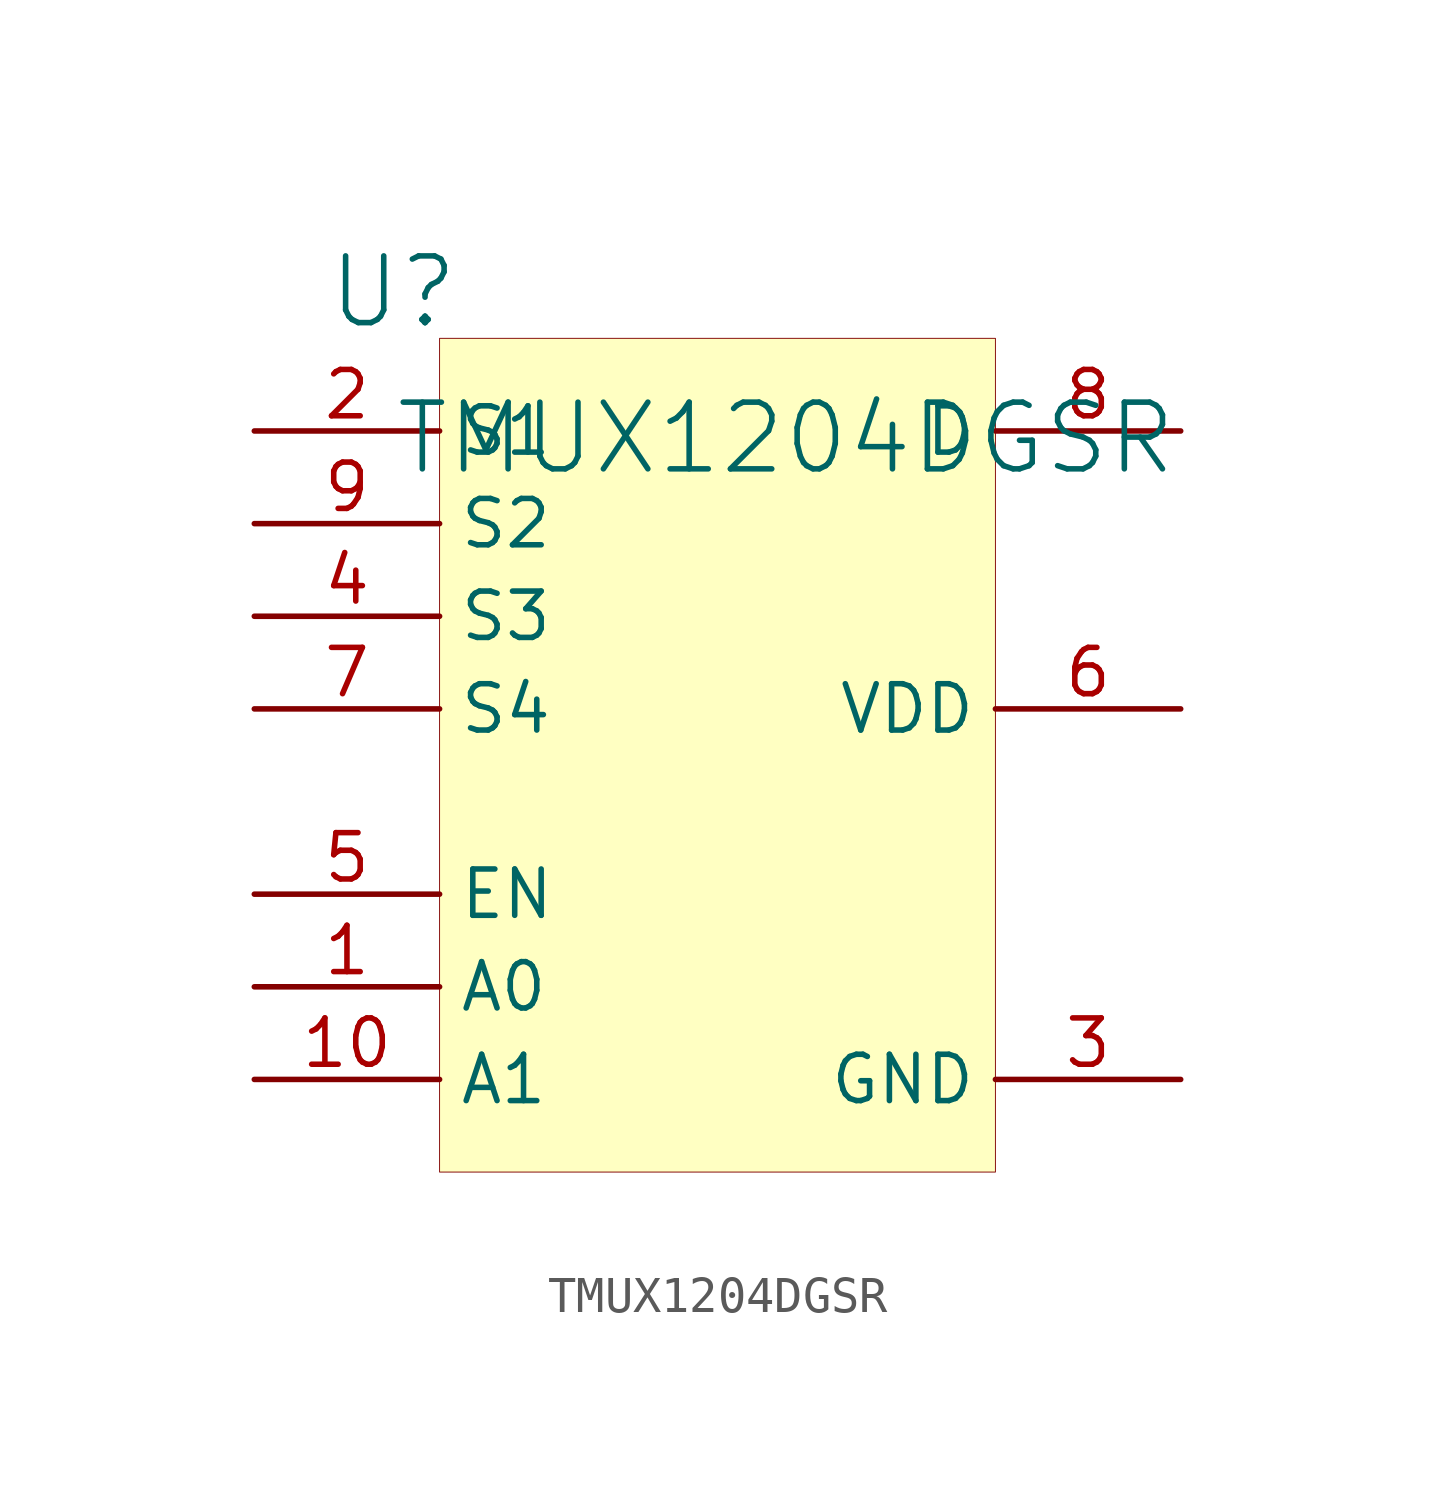
<source format=kicad_sym>
(kicad_symbol_lib
  (version 20231120)
  (generator "kicad_symbol_editor")
  (generator_version "8.0")
  (symbol "TMUX1204DGSR"
    (property "Reference" "U"
      (at -1.27 1.27 0)
      (effects (font (size 1.829 1.829))))
    (property "Value" "TMUX1204DGSR"
      (at -1.27 -3.81 0)
      (effects (font (size 1.829 1.829)) (justify left bottom)))
    (symbol "TMUX1204DGSR_1_0"
      (rectangle (start 15.24 0) (end 0 -22.86) (stroke (width 0.025) (type solid) (color 128 0 0 1)) (fill (type background)))
      (pin input line (at -5.08 -17.78 0) (length 5.08) (name "A0" (effects (font (size 1.27 1.27)))) (number "1" (effects (font (size 1.27 1.27)))))
      (pin input line (at -5.08 -20.32 0) (length 5.08) (name "A1" (effects (font (size 1.27 1.27)))) (number "10" (effects (font (size 1.27 1.27)))))
      (pin bidirectional line (at -5.08 -2.54 0) (length 5.08) (name "S1" (effects (font (size 1.27 1.27)))) (number "2" (effects (font (size 1.27 1.27)))))
      (pin passive line (at 20.32 -20.32 180) (length 5.08) (name "GND" (effects (font (size 1.27 1.27)))) (number "3" (effects (font (size 1.27 1.27)))))
      (pin bidirectional line (at -5.08 -7.62 0) (length 5.08) (name "S3" (effects (font (size 1.27 1.27)))) (number "4" (effects (font (size 1.27 1.27)))))
      (pin input line (at -5.08 -15.24 0) (length 5.08) (name "EN" (effects (font (size 1.27 1.27)))) (number "5" (effects (font (size 1.27 1.27)))))
      (pin passive line (at 20.32 -10.16 180) (length 5.08) (name "VDD" (effects (font (size 1.27 1.27)))) (number "6" (effects (font (size 1.27 1.27)))))
      (pin bidirectional line (at -5.08 -10.16 0) (length 5.08) (name "S4" (effects (font (size 1.27 1.27)))) (number "7" (effects (font (size 1.27 1.27)))))
      (pin bidirectional line (at 20.32 -2.54 180) (length 5.08) (name "D" (effects (font (size 1.27 1.27)))) (number "8" (effects (font (size 1.27 1.27)))))
      (pin bidirectional line (at -5.08 -5.08 0) (length 5.08) (name "S2" (effects (font (size 1.27 1.27)))) (number "9" (effects (font (size 1.27 1.27))))))))
</source>
